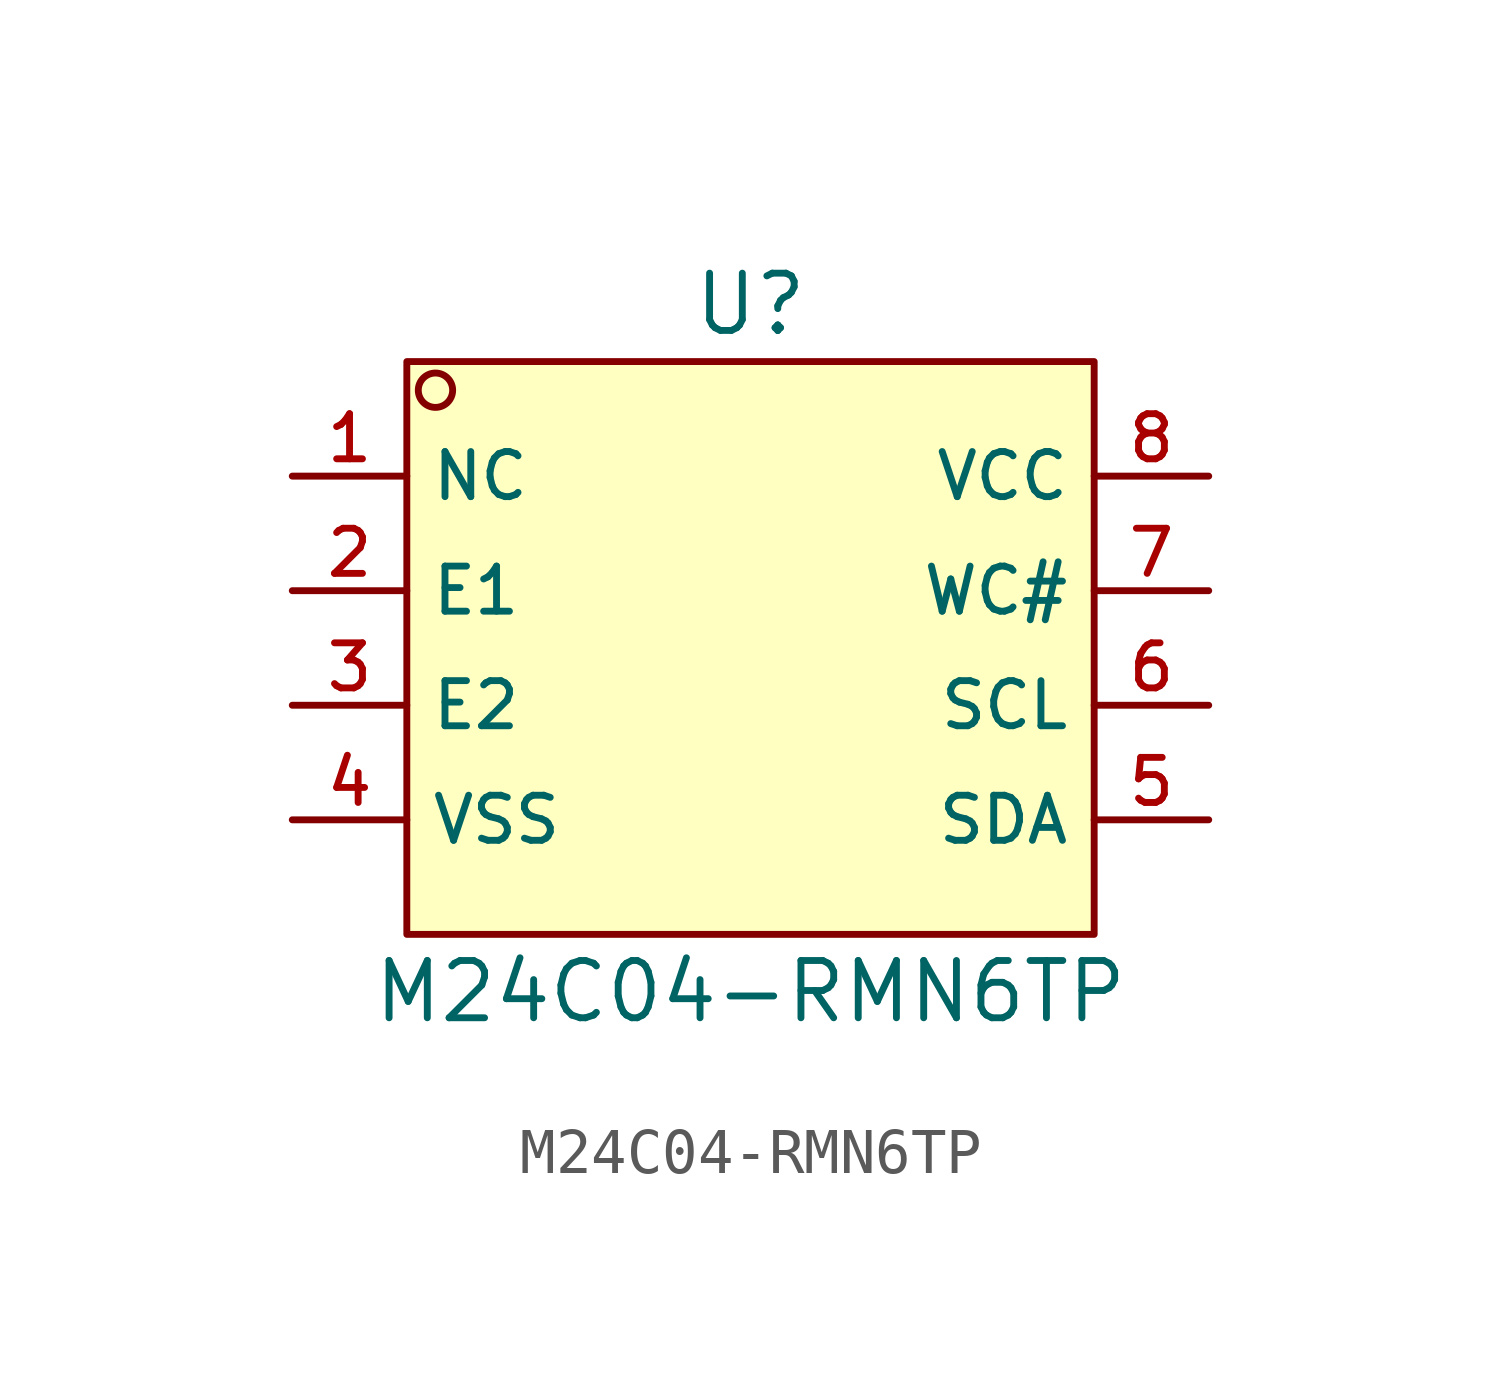
<source format=kicad_sym>
(kicad_symbol_lib
  (version 20220914)
  (generator kicad_symbol_editor)
  (symbol "M24C04-RMN6TP"
    (property "Reference" "U"
      (at 0 7.62 0)
      (effects (font (size 1.27 1.27))))
    (property "Value" "M24C04-RMN6TP"
      (at 0 -7.62 0)
      (effects (font (size 1.27 1.27))))
    (symbol "M24C04-RMN6TP_0_1"
      (rectangle (start -7.62 6.35) (end 7.62 -6.35) (stroke (width 0) (type default)) (fill (type background)))
      (circle (center -6.985 5.715) (radius 0.381) (stroke (width 0) (type default)) (fill (type background)))
      (pin unspecified line (at -10.16 3.81 0) (length 2.54) (name "NC" (effects (font (size 1 1)))) (number "1" (effects (font (size 1 1)))))
      (pin unspecified line (at -10.16 1.27 0) (length 2.54) (name "E1" (effects (font (size 1 1)))) (number "2" (effects (font (size 1 1)))))
      (pin unspecified line (at -10.16 -1.27 0) (length 2.54) (name "E2" (effects (font (size 1 1)))) (number "3" (effects (font (size 1 1)))))
      (pin unspecified line (at -10.16 -3.81 0) (length 2.54) (name "VSS" (effects (font (size 1 1)))) (number "4" (effects (font (size 1 1)))))
      (pin unspecified line (at 10.16 -3.81 180) (length 2.54) (name "SDA" (effects (font (size 1 1)))) (number "5" (effects (font (size 1 1)))))
      (pin unspecified line (at 10.16 -1.27 180) (length 2.54) (name "SCL" (effects (font (size 1 1)))) (number "6" (effects (font (size 1 1)))))
      (pin unspecified line (at 10.16 1.27 180) (length 2.54) (name "WC#" (effects (font (size 1 1)))) (number "7" (effects (font (size 1 1)))))
      (pin unspecified line (at 10.16 3.81 180) (length 2.54) (name "VCC" (effects (font (size 1 1)))) (number "8" (effects (font (size 1 1))))))))
</source>
